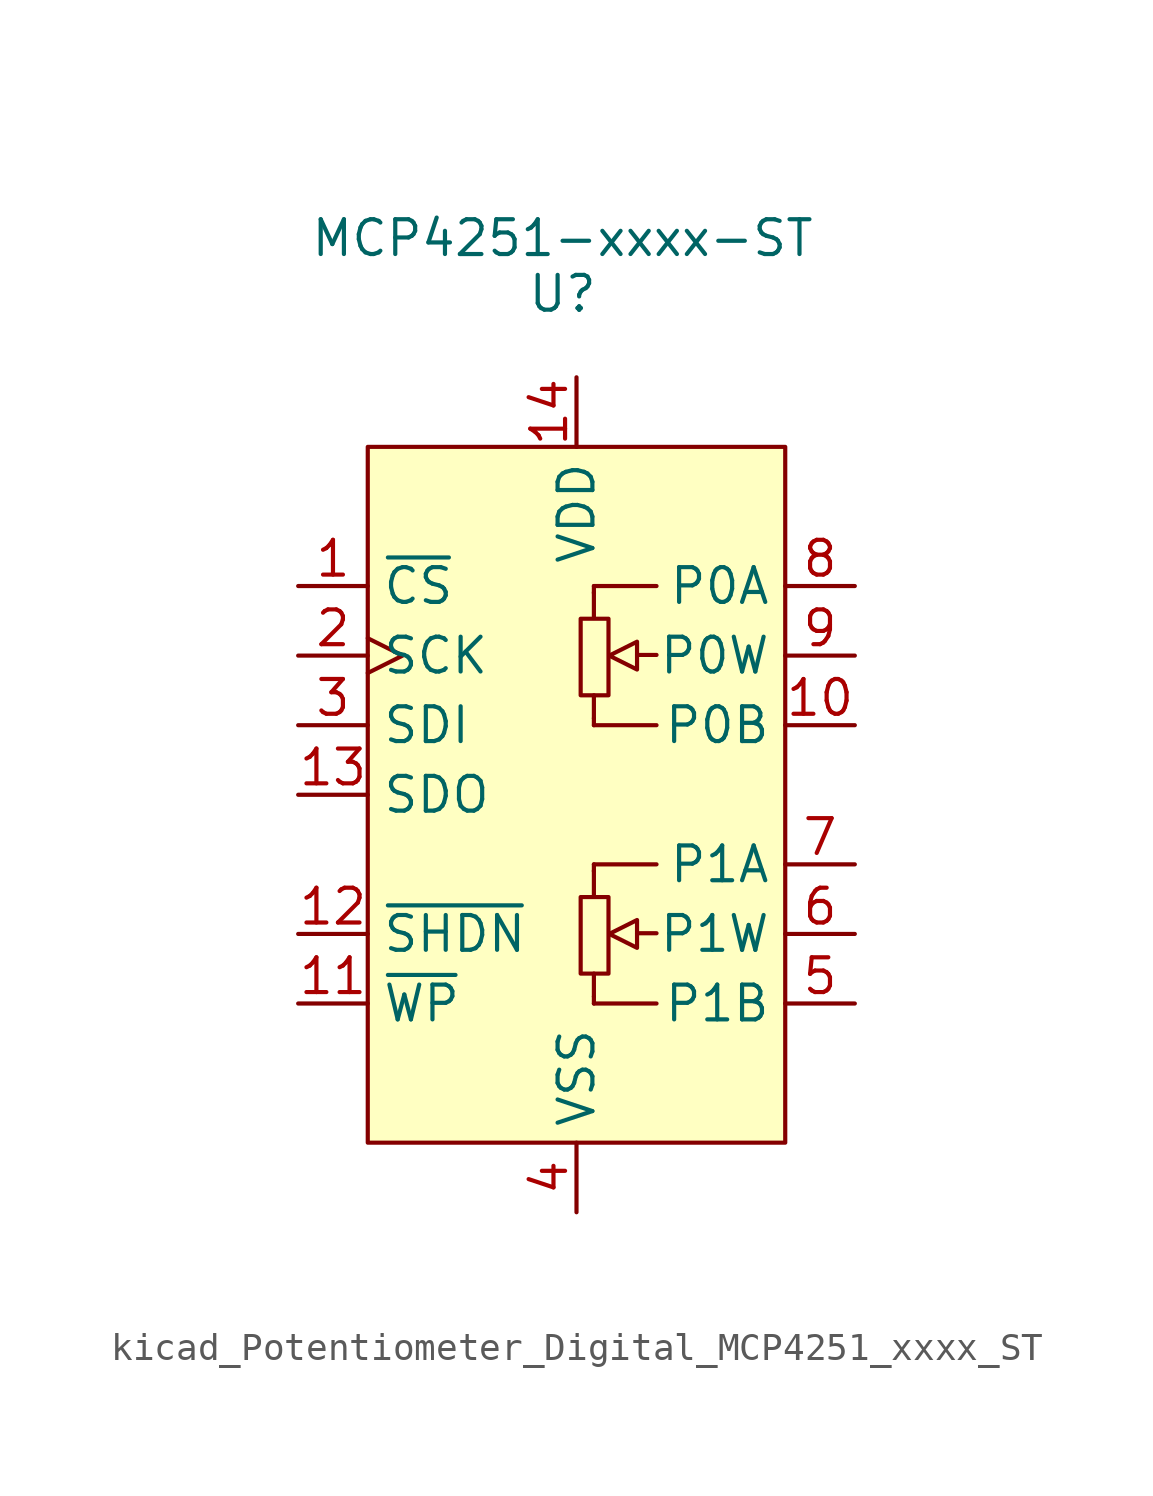
<source format=kicad_sym>
(kicad_symbol_lib
  (version 20220914)
  (generator kicad_symbol_editor)
  (symbol "kicad_Potentiometer_Digital_MCP4251_xxxx_ST"
    (property "Reference" "U"
      (at -0.508 18.288 0)
      (effects (font (size 1.27 1.27))))
    (property "Value" "MCP4251-xxxx-ST"
      (at -0.508 20.32 0)
      (effects (font (size 1.27 1.27))))
    (symbol "kicad_Potentiometer_Digital_MCP4251_xxxx_ST_1_1"
      (polyline (pts (xy 0.635 -7.366) (xy 0.635 -6.528)) (stroke (width 0) (type default)) (fill (type none)))
      (polyline (pts (xy 0.635 -2.769) (xy 0.635 -3.708)) (stroke (width 0) (type default)) (fill (type none)))
      (polyline (pts (xy 0.635 2.794) (xy 0.635 3.632)) (stroke (width 0) (type default)) (fill (type none)))
      (polyline (pts (xy 0.635 7.391) (xy 0.635 6.452)) (stroke (width 0) (type default)) (fill (type none)))
      (polyline (pts (xy 2.21 -5.055) (xy 2.921 -5.055)) (stroke (width 0) (type default)) (fill (type none)))
      (polyline (pts (xy 2.21 5.105) (xy 2.921 5.105)) (stroke (width 0) (type default)) (fill (type none)))
      (polyline (pts (xy 0.635 -7.62) (xy 0.635 -7.366) (xy 0.635 -7.366)) (stroke (width 0) (type default)) (fill (type background)))
      (polyline (pts (xy 0.635 -7.62) (xy 2.921 -7.62) (xy 2.921 -7.62)) (stroke (width 0) (type default)) (fill (type background)))
      (polyline (pts (xy 0.635 -2.54) (xy 0.635 -2.794) (xy 0.635 -2.794)) (stroke (width 0) (type default)) (fill (type none)))
      (polyline (pts (xy 0.635 -2.54) (xy 2.921 -2.54) (xy 2.921 -2.54)) (stroke (width 0) (type default)) (fill (type background)))
      (polyline (pts (xy 0.635 2.54) (xy 0.635 2.794) (xy 0.635 2.794)) (stroke (width 0) (type default)) (fill (type background)))
      (polyline (pts (xy 0.635 2.54) (xy 2.921 2.54) (xy 2.921 2.54)) (stroke (width 0) (type default)) (fill (type background)))
      (polyline (pts (xy 0.635 7.62) (xy 0.635 7.366) (xy 0.635 7.366)) (stroke (width 0) (type default)) (fill (type none)))
      (polyline (pts (xy 0.635 7.62) (xy 2.921 7.62) (xy 2.921 7.62)) (stroke (width 0) (type default)) (fill (type background)))
      (polyline (pts (xy 2.21 -4.572) (xy 2.21 -5.588) (xy 1.194 -5.08) (xy 2.21 -4.572) (xy 2.21 -4.572)) (stroke (width 0) (type default)) (fill (type background)))
      (polyline (pts (xy 2.21 5.588) (xy 2.21 4.572) (xy 1.194 5.08) (xy 2.21 5.588) (xy 2.21 5.588)) (stroke (width 0) (type default)) (fill (type background)))
      (polyline (pts (xy 0 12.7) (xy 7.62 12.7) (xy 7.62 0) (xy 7.62 -12.7) (xy -7.62 -12.7) (xy -7.62 12.7) (xy 0 12.7)) (stroke (width 0) (type default)) (fill (type background)))
      (rectangle (start 0.152 -3.734) (end 1.168 -6.528) (stroke (width 0) (type default)) (fill (type none)))
      (rectangle (start 0.152 6.426) (end 1.168 3.632) (stroke (width 0) (type default)) (fill (type none)))
      (pin input line (at -10.16 7.62 0) (length 2.54) (name "~{CS}" (effects (font (size 1.27 1.27)))) (number "1" (effects (font (size 1.27 1.27)))))
      (pin passive line (at 10.16 2.54 180) (length 2.54) (name "P0B" (effects (font (size 1.27 1.27)))) (number "10" (effects (font (size 1.27 1.27)))))
      (pin input line (at -10.16 -7.62 0) (length 2.54) (name "~{WP}" (effects (font (size 1.27 1.27)))) (number "11" (effects (font (size 1.27 1.27)))))
      (pin input line (at -10.16 -5.08 0) (length 2.54) (name "~{SHDN}" (effects (font (size 1.27 1.27)))) (number "12" (effects (font (size 1.27 1.27)))))
      (pin output line (at -10.16 0 0) (length 2.54) (name "SDO" (effects (font (size 1.27 1.27)))) (number "13" (effects (font (size 1.27 1.27)))))
      (pin power_in line (at 0 15.24 270) (length 2.54) (name "VDD" (effects (font (size 1.27 1.27)))) (number "14" (effects (font (size 1.27 1.27)))))
      (pin input clock (at -10.16 5.08 0) (length 2.54) (name "SCK" (effects (font (size 1.27 1.27)))) (number "2" (effects (font (size 1.27 1.27)))))
      (pin input line (at -10.16 2.54 0) (length 2.54) (name "SDI" (effects (font (size 1.27 1.27)))) (number "3" (effects (font (size 1.27 1.27)))))
      (pin power_in line (at 0 -15.24 90) (length 2.54) (name "VSS" (effects (font (size 1.27 1.27)))) (number "4" (effects (font (size 1.27 1.27)))))
      (pin passive line (at 10.16 -7.62 180) (length 2.54) (name "P1B" (effects (font (size 1.27 1.27)))) (number "5" (effects (font (size 1.27 1.27)))))
      (pin passive line (at 10.16 -5.08 180) (length 2.54) (name "P1W" (effects (font (size 1.27 1.27)))) (number "6" (effects (font (size 1.27 1.27)))))
      (pin passive line (at 10.16 -2.54 180) (length 2.54) (name "P1A" (effects (font (size 1.27 1.27)))) (number "7" (effects (font (size 1.27 1.27)))))
      (pin passive line (at 10.16 7.62 180) (length 2.54) (name "P0A" (effects (font (size 1.27 1.27)))) (number "8" (effects (font (size 1.27 1.27)))))
      (pin passive line (at 10.16 5.08 180) (length 2.54) (name "P0W" (effects (font (size 1.27 1.27)))) (number "9" (effects (font (size 1.27 1.27))))))))
</source>
